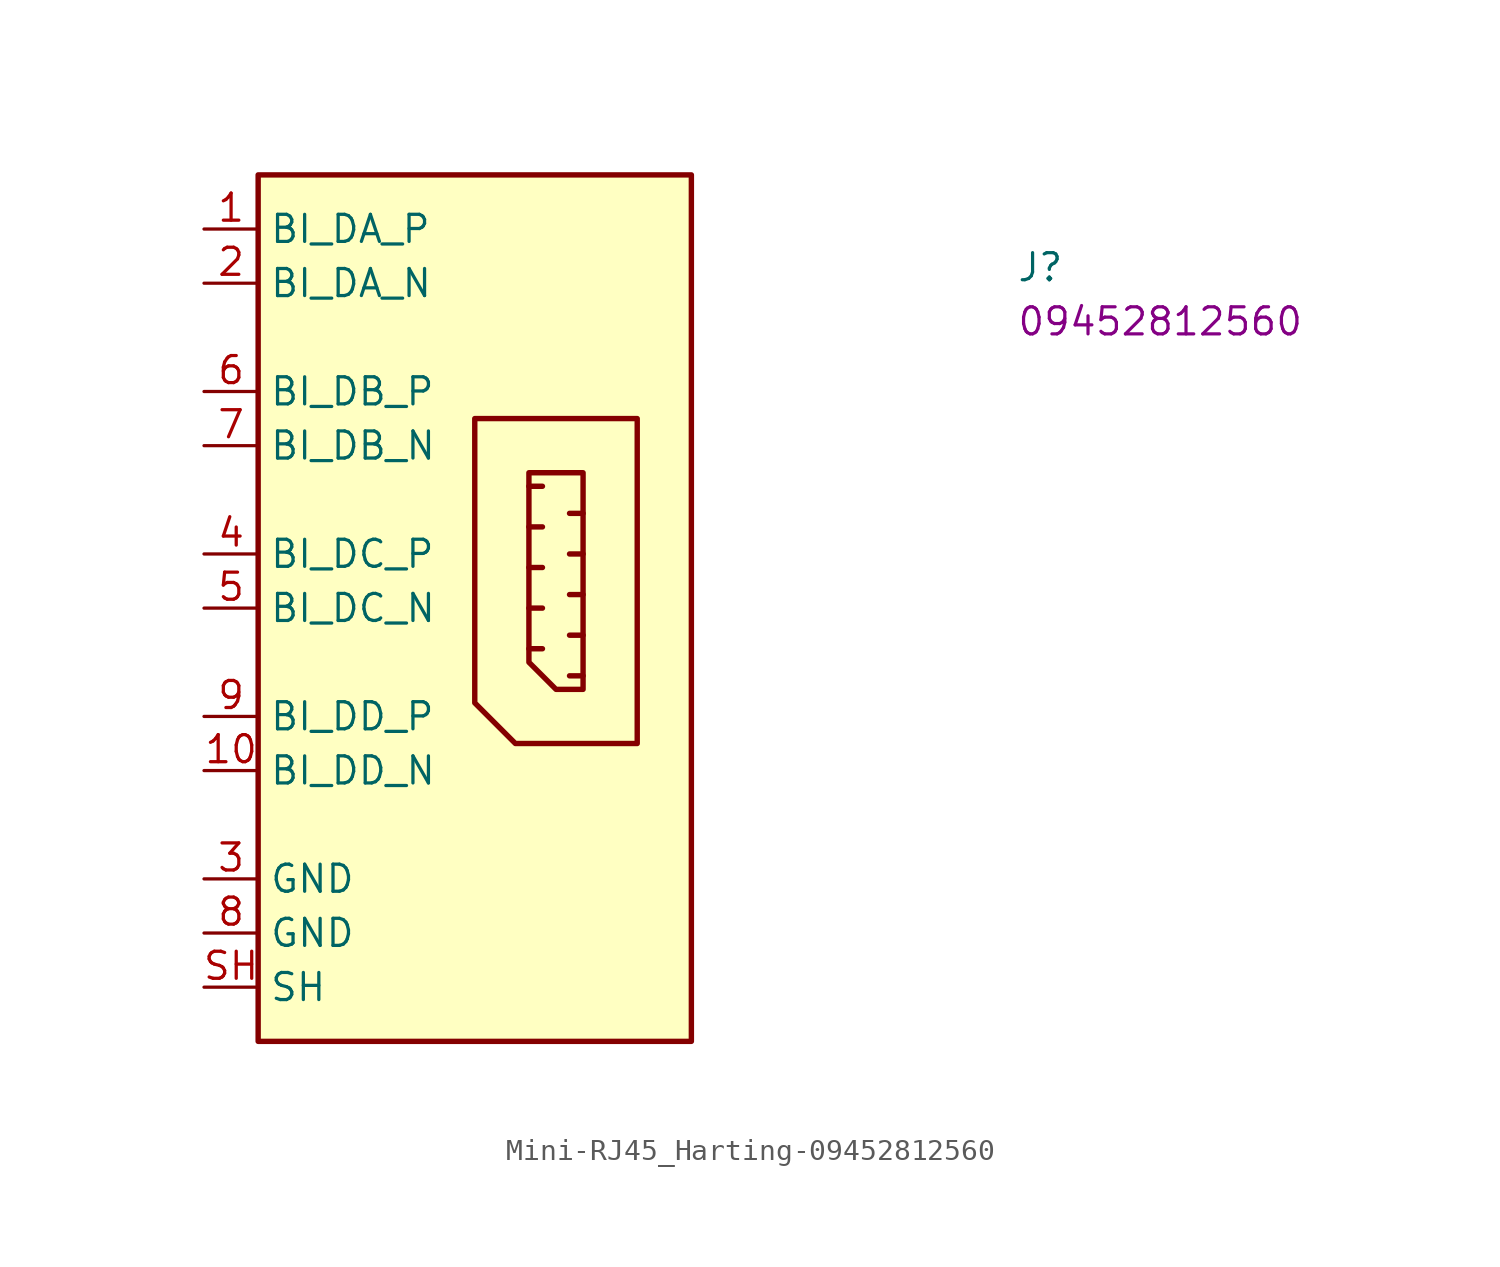
<source format=kicad_sym>
(kicad_symbol_lib
  (version 20220914)
  (generator kicad_symbol_editor)
  (symbol "Mini-RJ45_Harting-09452812560"
    (property "Reference" "J"
      (at 38.1 -2.54 0)
      (effects (font (size 1.27 1.27) (thickness 0.15)) (justify left bottom)))
    (property "MPN" "09452812560"
      (at 38.1 -5.08 0)
      (effects (font (size 1.27 1.27) (thickness 0.15)) (justify left bottom)))
    (symbol "Mini-RJ45_Harting-09452812560_0_1"
      (polyline (pts (xy 15.24 -19.685) (xy 15.875 -19.685)) (stroke (width 0.254) (type default)) (fill (type none)))
      (polyline (pts (xy 15.24 -17.78) (xy 15.875 -17.78)) (stroke (width 0.254) (type default)) (fill (type none)))
      (polyline (pts (xy 15.24 -15.875) (xy 15.875 -15.875)) (stroke (width 0.254) (type default)) (fill (type none)))
      (polyline (pts (xy 15.24 -13.97) (xy 15.875 -13.97)) (stroke (width 0.254) (type default)) (fill (type none)))
      (polyline (pts (xy 15.875 -12.065) (xy 15.24 -12.065)) (stroke (width 0.254) (type default)) (fill (type none)))
      (polyline (pts (xy 17.78 -20.955) (xy 17.145 -20.955)) (stroke (width 0.254) (type default)) (fill (type none)))
      (polyline (pts (xy 17.78 -19.05) (xy 17.145 -19.05)) (stroke (width 0.254) (type default)) (fill (type none)))
      (polyline (pts (xy 17.78 -17.145) (xy 17.145 -17.145)) (stroke (width 0.254) (type default)) (fill (type none)))
      (polyline (pts (xy 17.78 -15.24) (xy 17.145 -15.24)) (stroke (width 0.254) (type default)) (fill (type none)))
      (polyline (pts (xy 17.78 -13.335) (xy 17.145 -13.335)) (stroke (width 0.254) (type default)) (fill (type none)))
      (polyline (pts (xy 15.24 -11.43) (xy 17.78 -11.43) (xy 17.78 -21.59) (xy 16.51 -21.59) (xy 15.24 -20.32) (xy 15.24 -11.43)) (stroke (width 0.254) (type default)) (fill (type none))))
    (symbol "Mini-RJ45_Harting-09452812560_1_1"
      (polyline (pts (xy 12.7 -8.89) (xy 20.32 -8.89) (xy 20.32 -24.13) (xy 14.605 -24.13) (xy 12.7 -22.225) (xy 12.7 -8.89)) (stroke (width 0.254) (type default)) (fill (type background)))
      (rectangle (start 2.54 2.54) (end 22.86 -38.1) (stroke (width 0.254) (type default)) (fill (type background)))
      (pin unspecified line (at 0 0 0) (length 2.54) (name "BI_DA_P" (effects (font (size 1.27 1.27)))) (number "1" (effects (font (size 1.27 1.27)))))
      (pin unspecified line (at 0 -25.4 0) (length 2.54) (name "BI_DD_N" (effects (font (size 1.27 1.27)))) (number "10" (effects (font (size 1.27 1.27)))))
      (pin unspecified line (at 0 -2.54 0) (length 2.54) (name "BI_DA_N" (effects (font (size 1.27 1.27)))) (number "2" (effects (font (size 1.27 1.27)))))
      (pin unspecified line (at 0 -30.48 0) (length 2.54) (name "GND" (effects (font (size 1.27 1.27)))) (number "3" (effects (font (size 1.27 1.27)))))
      (pin unspecified line (at 0 -15.24 0) (length 2.54) (name "BI_DC_P" (effects (font (size 1.27 1.27)))) (number "4" (effects (font (size 1.27 1.27)))))
      (pin unspecified line (at 0 -17.78 0) (length 2.54) (name "BI_DC_N" (effects (font (size 1.27 1.27)))) (number "5" (effects (font (size 1.27 1.27)))))
      (pin unspecified line (at 0 -7.62 0) (length 2.54) (name "BI_DB_P" (effects (font (size 1.27 1.27)))) (number "6" (effects (font (size 1.27 1.27)))))
      (pin unspecified line (at 0 -10.16 0) (length 2.54) (name "BI_DB_N" (effects (font (size 1.27 1.27)))) (number "7" (effects (font (size 1.27 1.27)))))
      (pin passive line (at 0 -33.02 0) (length 2.54) (name "GND" (effects (font (size 1.27 1.27)))) (number "8" (effects (font (size 1.27 1.27)))))
      (pin unspecified line (at 0 -22.86 0) (length 2.54) (name "BI_DD_P" (effects (font (size 1.27 1.27)))) (number "9" (effects (font (size 1.27 1.27)))))
      (pin unspecified line (at 0 -35.56 0) (length 2.54) (name "SH" (effects (font (size 1.27 1.27)))) (number "SH" (effects (font (size 1.27 1.27))))))))
</source>
